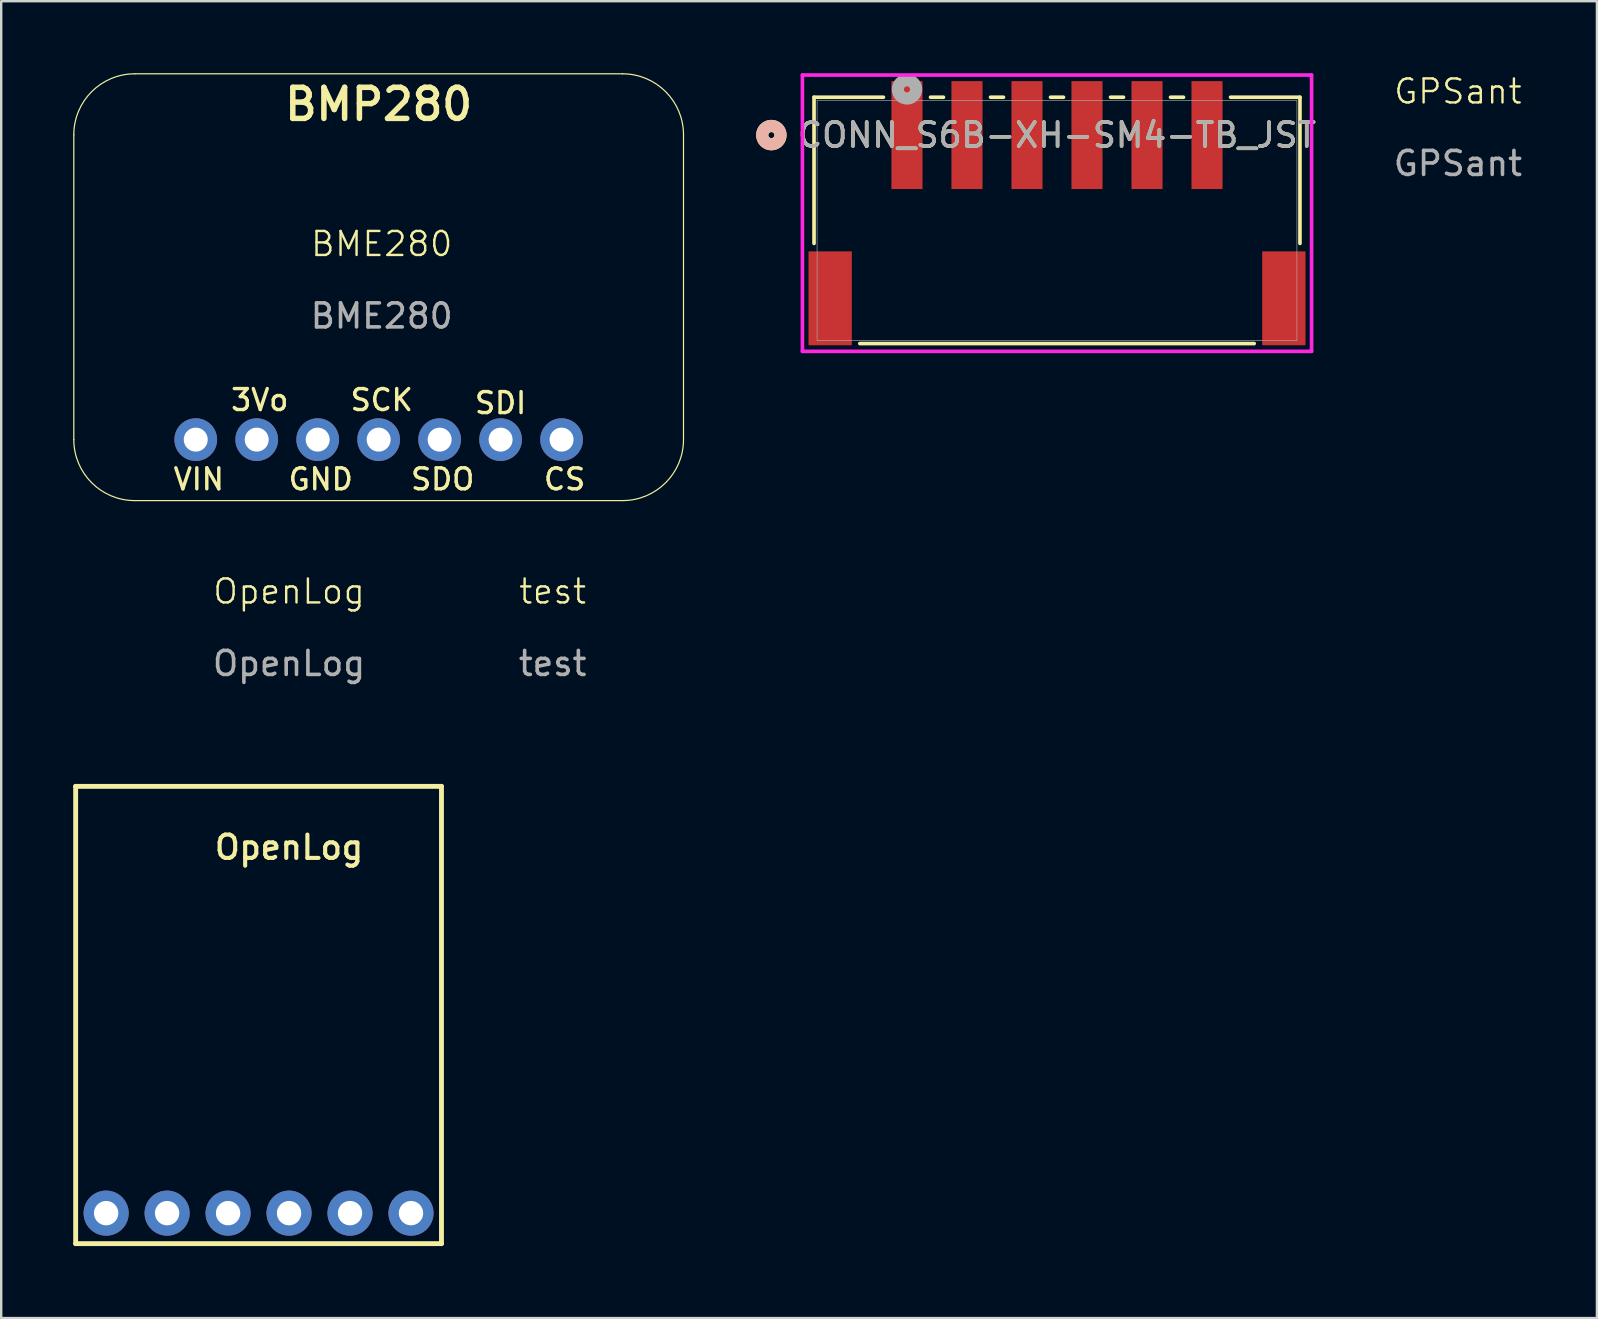
<source format=kicad_pcb>
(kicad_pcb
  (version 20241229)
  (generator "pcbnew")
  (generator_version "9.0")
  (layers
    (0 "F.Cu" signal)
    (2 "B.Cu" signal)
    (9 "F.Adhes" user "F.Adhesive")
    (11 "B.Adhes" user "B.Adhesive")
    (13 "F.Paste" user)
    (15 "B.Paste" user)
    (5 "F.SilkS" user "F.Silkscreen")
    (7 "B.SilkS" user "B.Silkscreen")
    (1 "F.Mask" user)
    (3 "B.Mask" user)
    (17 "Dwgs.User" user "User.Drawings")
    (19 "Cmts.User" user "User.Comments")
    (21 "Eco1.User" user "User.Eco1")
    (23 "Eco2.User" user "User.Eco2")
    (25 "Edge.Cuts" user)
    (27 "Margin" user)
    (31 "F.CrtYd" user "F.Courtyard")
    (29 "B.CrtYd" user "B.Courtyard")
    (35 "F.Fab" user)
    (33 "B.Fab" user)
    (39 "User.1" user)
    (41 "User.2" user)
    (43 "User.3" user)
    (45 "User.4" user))
  (footprint "BME280"
    (layer "F.Cu")
    (at 12.852 7.614)
    (property "Reference" "BME280" (at 0 -0.5 0) (unlocked yes) (layer "F.SilkS") (effects (font (size 1 1) (thickness 0.1))))
    (attr through_hole)
    (fp_line (start -12.827 -5.049) (end -12.827 7.651) (stroke (width 0.05) (type solid)) (layer "F.SilkS"))
    (fp_line (start -10.287 10.191) (end 10.033 10.191) (stroke (width 0.05) (type solid)) (layer "F.SilkS"))
    (fp_line (start 10.033 -7.589) (end -10.287 -7.589) (stroke (width 0.05) (type solid)) (layer "F.SilkS"))
    (fp_line (start 12.573 7.651) (end 12.573 -5.049) (stroke (width 0.05) (type solid)) (layer "F.SilkS"))
    (fp_arc (start -12.827 -5.049) (mid -12.083051 -6.845051) (end -10.287 -7.589) (stroke (width 0.05) (type solid)) (layer "F.SilkS"))
    (fp_arc (start -10.287 10.191) (mid -12.083051 9.447051) (end -12.827 7.651) (stroke (width 0.05) (type solid)) (layer "F.SilkS"))
    (fp_arc (start 10.033 -7.589) (mid 11.829051 -6.845051) (end 12.573 -5.049) (stroke (width 0.05) (type solid)) (layer "F.SilkS"))
    (fp_arc (start 12.573 7.651) (mid 11.829051 9.447051) (end 10.033 10.191) (stroke (width 0.05) (type solid)) (layer "F.SilkS"))
    (fp_text user "SDO" (at 2.54 9.302 0) (unlocked yes) (layer "F.SilkS") (effects (font (size 0.874 0.874) (thickness 0.142))))
    (fp_text user "SDI" (at 4.953 6.127 0) (unlocked yes) (layer "F.SilkS") (effects (font (size 0.874 0.874) (thickness 0.142))))
    (fp_text user "CS" (at 7.62 9.302 0) (unlocked yes) (layer "F.SilkS") (effects (font (size 0.874 0.874) (thickness 0.142))))
    (fp_text user "GND" (at -2.54 9.302 0) (unlocked yes) (layer "F.SilkS") (effects (font (size 0.874 0.874) (thickness 0.142))))
    (fp_text user "3Vo" (at -5.08 6 0) (unlocked yes) (layer "F.SilkS") (effects (font (size 0.874 0.874) (thickness 0.142))))
    (fp_text user "VIN" (at -7.62 9.302 0) (unlocked yes) (layer "F.SilkS") (effects (font (size 0.874 0.874) (thickness 0.142))))
    (fp_text user "BMP280" (at -0.127 -6.319 0) (unlocked yes) (layer "F.SilkS") (effects (font (size 1.295 1.295) (thickness 0.229))))
    (fp_text user "SCK" (at 0 6 0) (unlocked yes) (layer "F.SilkS") (effects (font (size 0.874 0.874) (thickness 0.142))))
    (fp_text user "${REFERENCE}" (at 0 2.5 0) (unlocked yes) (layer "F.Fab") (effects (font (size 1 1) (thickness 0.15))))
    (pad "1" thru_hole circle (at -7.747 7.651 90) (size 1.778 1.778) (drill 1) (layers "*.Cu" "*.Mask"))
    (pad "2" thru_hole circle (at -5.207 7.651 90) (size 1.778 1.778) (drill 1) (layers "*.Cu" "*.Mask"))
    (pad "3" thru_hole circle (at -2.667 7.651 90) (size 1.778 1.778) (drill 1) (layers "*.Cu" "*.Mask"))
    (pad "4" thru_hole circle (at -0.127 7.651 90) (size 1.778 1.778) (drill 1) (layers "*.Cu" "*.Mask"))
    (pad "5" thru_hole circle (at 2.413 7.651 90) (size 1.778 1.778) (drill 1) (layers "*.Cu" "*.Mask"))
    (pad "6" thru_hole circle (at 4.953 7.651 90) (size 1.778 1.778) (drill 1) (layers "*.Cu" "*.Mask"))
    (pad "7" thru_hole circle (at 7.493 7.651 90) (size 1.778 1.778) (drill 1) (layers "*.Cu" "*.Mask")))
  (footprint "CONN_S6B-XH-SM4-TB_JST"
    (layer "F.Cu")
    (at 40.985 6.132)
    (property "Reference" "CONN_S6B-XH-SM4-TB_JST" (at 0 -3.554 0) (unlocked yes) (layer "F.SilkS") (effects (font (size 1 1) (thickness 0.15))))
    (attr smd)
    (fp_line (start -10.122 -5.131) (end -10.122 0.958) (stroke (width 0.152) (type solid)) (layer "F.SilkS"))
    (fp_line (start -8.216 5.131) (end 8.216 5.131) (stroke (width 0.152) (type solid)) (layer "F.SilkS"))
    (fp_line (start -7.23 -5.131) (end -10.122 -5.131) (stroke (width 0.152) (type solid)) (layer "F.SilkS"))
    (fp_line (start -4.73 -5.131) (end -5.27 -5.131) (stroke (width 0.152) (type solid)) (layer "F.SilkS"))
    (fp_line (start -2.23 -5.131) (end -2.77 -5.131) (stroke (width 0.152) (type solid)) (layer "F.SilkS"))
    (fp_line (start 0.27 -5.131) (end -0.27 -5.131) (stroke (width 0.152) (type solid)) (layer "F.SilkS"))
    (fp_line (start 2.77 -5.131) (end 2.23 -5.131) (stroke (width 0.152) (type solid)) (layer "F.SilkS"))
    (fp_line (start 5.27 -5.131) (end 4.73 -5.131) (stroke (width 0.152) (type solid)) (layer "F.SilkS"))
    (fp_line (start 10.122 -5.131) (end 7.23 -5.131) (stroke (width 0.152) (type solid)) (layer "F.SilkS"))
    (fp_line (start 10.122 0.958) (end 10.122 -5.131) (stroke (width 0.152) (type solid)) (layer "F.SilkS"))
    (fp_circle (center -11.9 -3.554) (end -11.519 -3.554) (stroke (width 0.508) (type solid)) (fill no) (layer "F.SilkS"))
    (fp_circle (center -11.9 -3.554) (end -11.519 -3.554) (stroke (width 0.508) (type solid)) (fill no) (layer "B.SilkS"))
    (fp_line (start -10.606 -6.056) (end -10.606 5.456) (stroke (width 0.152) (type solid)) (layer "F.CrtYd"))
    (fp_line (start -10.606 5.456) (end 10.606 5.456) (stroke (width 0.152) (type solid)) (layer "F.CrtYd"))
    (fp_line (start 10.606 -6.056) (end -10.606 -6.056) (stroke (width 0.152) (type solid)) (layer "F.CrtYd"))
    (fp_line (start 10.606 5.456) (end 10.606 -6.056) (stroke (width 0.152) (type solid)) (layer "F.CrtYd"))
    (fp_line (start -9.995 -5.004) (end -9.995 5.004) (stroke (width 0.025) (type solid)) (layer "F.Fab"))
    (fp_line (start -9.995 5.004) (end 9.995 5.004) (stroke (width 0.025) (type solid)) (layer "F.Fab"))
    (fp_line (start 9.995 -5.004) (end -9.995 -5.004) (stroke (width 0.025) (type solid)) (layer "F.Fab"))
    (fp_line (start 9.995 5.004) (end 9.995 -5.004) (stroke (width 0.025) (type solid)) (layer "F.Fab"))
    (fp_circle (center -6.25 -5.459) (end -5.869 -5.459) (stroke (width 0.508) (type solid)) (fill no) (layer "F.Fab"))
    (fp_text user "${REFERENCE}" (at 0 -3.554 0) (unlocked yes) (layer "F.Fab") (effects (font (size 1 1) (thickness 0.15))))
    (pad "1" smd rect (at -6.25 -3.554) (size 1.295 4.496) (layers "F.Cu" "F.Mask" "F.Paste"))
    (pad "2" smd rect (at -3.75 -3.554) (size 1.295 4.496) (layers "F.Cu" "F.Mask" "F.Paste"))
    (pad "3" smd rect (at -1.25 -3.554) (size 1.295 4.496) (layers "F.Cu" "F.Mask" "F.Paste"))
    (pad "4" smd rect (at 1.25 -3.554) (size 1.295 4.496) (layers "F.Cu" "F.Mask" "F.Paste"))
    (pad "5" smd rect (at 3.75 -3.554) (size 1.295 4.496) (layers "F.Cu" "F.Mask" "F.Paste"))
    (pad "6" smd rect (at 6.25 -3.554) (size 1.295 4.496) (layers "F.Cu" "F.Mask" "F.Paste"))
    (pad "7" smd rect (at -9.45 3.246) (size 1.803 3.912) (layers "F.Cu" "F.Mask" "F.Paste"))
    (pad "8" smd rect (at 9.45 3.246) (size 1.803 3.912) (layers "F.Cu" "F.Mask" "F.Paste")))
  (footprint "GPSant"
    (layer "F.Cu")
    (at 57.687 1.26)
    (property "Reference" "GPSant" (at 0 -0.5 0) (unlocked yes) (layer "F.SilkS") (effects (font (size 1 1) (thickness 0.1))))
    (attr smd)
    (fp_text user "${REFERENCE}" (at 0 2.5 0) (unlocked yes) (layer "F.Fab") (effects (font (size 1 1) (thickness 0.15)))))
  (footprint "test"
    (layer "F.Cu")
    (at 19.973 22.09)
    (property "Reference" "test" (at 0 -0.5 0) (unlocked yes) (layer "F.SilkS") (effects (font (size 1 1) (thickness 0.1))))
    (attr through_hole)
    (fp_text user "${REFERENCE}" (at 0 2.5 0) (unlocked yes) (layer "F.Fab") (effects (font (size 1 1) (thickness 0.15)))))
  (footprint "OpenLog"
    (layer "F.Cu")
    (at 8.992 22.09)
    (property "Reference" "OpenLog" (at 0 -0.5 0) (unlocked yes) (layer "F.SilkS") (effects (font (size 1 1) (thickness 0.1))))
    (attr through_hole)
    (fp_line (start -8.89 7.62) (end -8.89 26.67) (stroke (width 0.203) (type solid)) (layer "F.SilkS"))
    (fp_line (start -8.89 26.67) (end 6.35 26.67) (stroke (width 0.203) (type solid)) (layer "F.SilkS"))
    (fp_line (start 6.35 7.62) (end -8.89 7.62) (stroke (width 0.203) (type solid)) (layer "F.SilkS"))
    (fp_line (start 6.35 26.67) (end 6.35 7.62) (stroke (width 0.203) (type solid)) (layer "F.SilkS"))
    (fp_text user "OpenLog" (at 0 10.16 0) (unlocked yes) (layer "F.SilkS") (effects (font (size 0.972 0.972) (thickness 0.171))))
    (fp_text user "${REFERENCE}" (at 0 2.5 0) (unlocked yes) (layer "F.Fab") (effects (font (size 1 1) (thickness 0.15))))
    (pad "1" thru_hole circle (at 5.08 25.4 270) (size 1.88 1.88) (drill 1.016) (layers "*.Cu" "*.Mask"))
    (pad "2" thru_hole circle (at 2.54 25.4 270) (size 1.88 1.88) (drill 1.016) (layers "*.Cu" "*.Mask"))
    (pad "3" thru_hole circle (at 0 25.4 270) (size 1.88 1.88) (drill 1.016) (layers "*.Cu" "*.Mask"))
    (pad "4" thru_hole circle (at -2.54 25.4 270) (size 1.88 1.88) (drill 1.016) (layers "*.Cu" "*.Mask"))
    (pad "5" thru_hole circle (at -5.08 25.4 270) (size 1.88 1.88) (drill 1.016) (layers "*.Cu" "*.Mask"))
    (pad "6" thru_hole circle (at -7.62 25.4 270) (size 1.88 1.88) (drill 1.016) (layers "*.Cu" "*.Mask")))
  (gr_rect
    (start -3 -3)
    (end 63.479 51.862)
    (stroke (width 0.1) (type default))
    (fill no)
    (layer "Edge.Cuts")))
</source>
